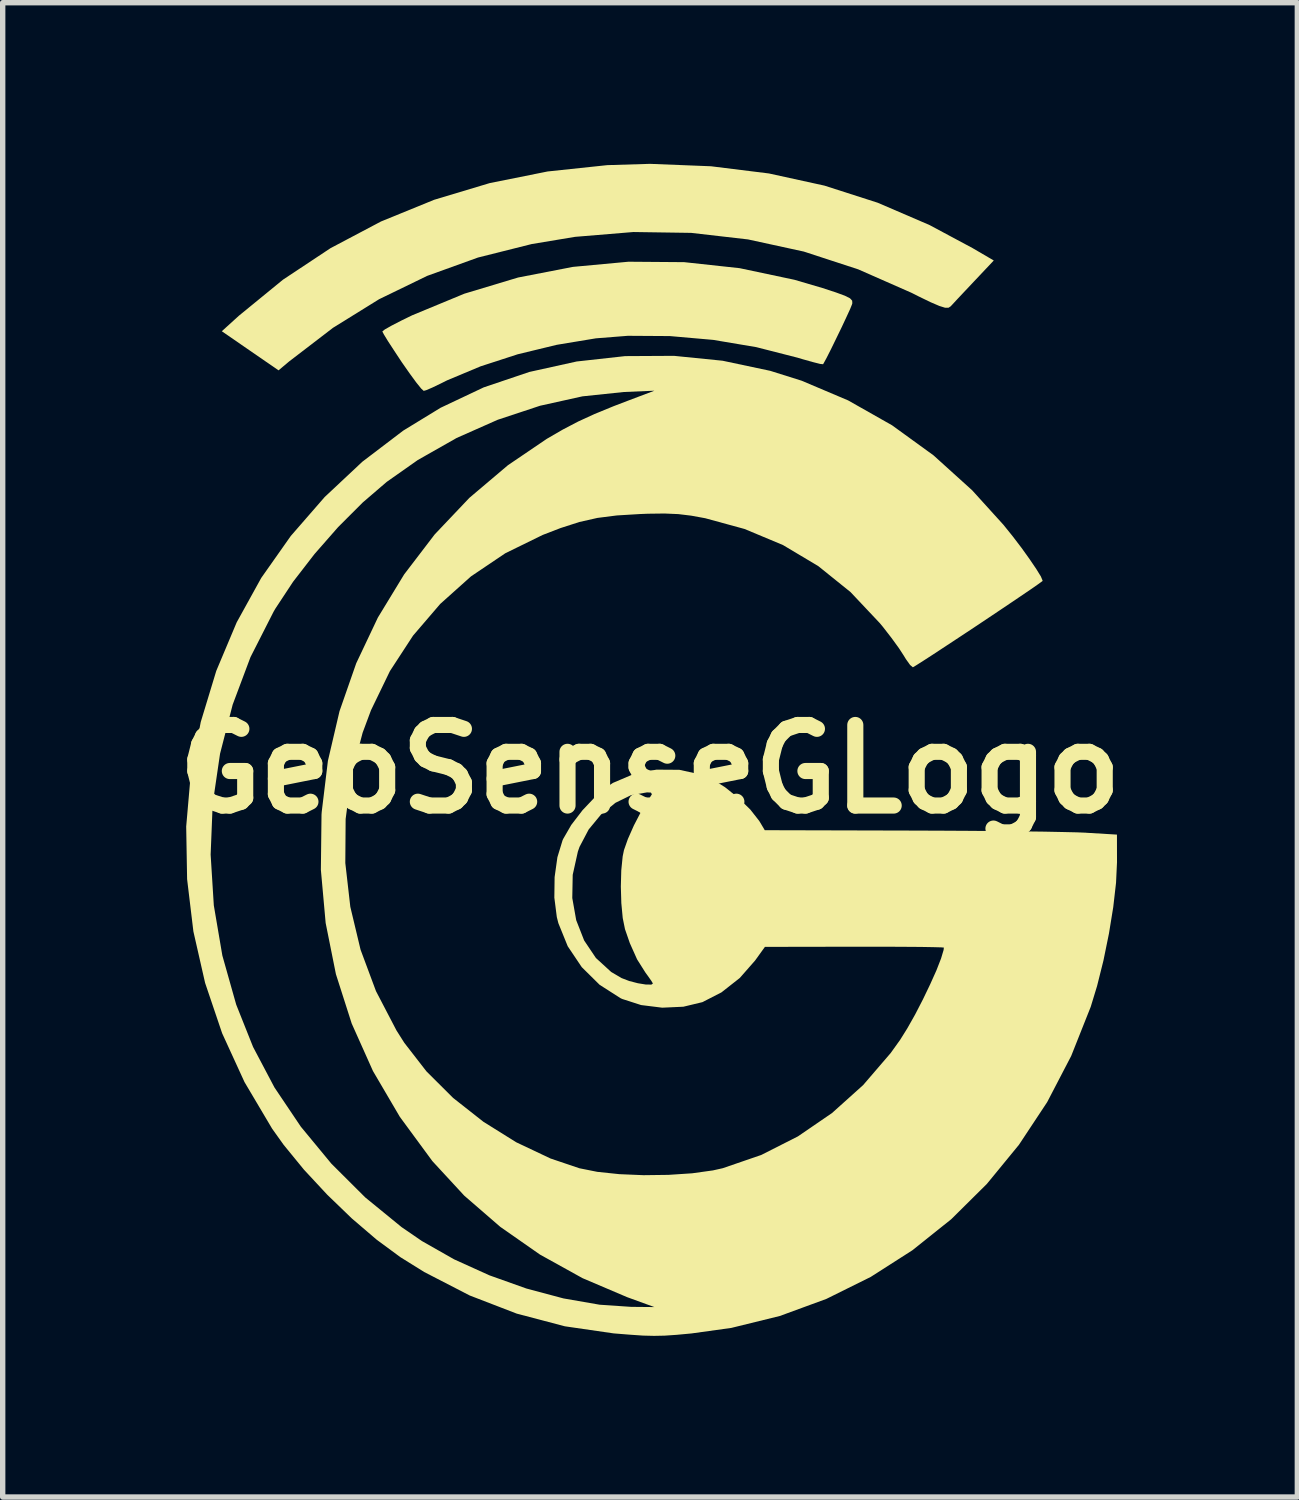
<source format=kicad_pcb>
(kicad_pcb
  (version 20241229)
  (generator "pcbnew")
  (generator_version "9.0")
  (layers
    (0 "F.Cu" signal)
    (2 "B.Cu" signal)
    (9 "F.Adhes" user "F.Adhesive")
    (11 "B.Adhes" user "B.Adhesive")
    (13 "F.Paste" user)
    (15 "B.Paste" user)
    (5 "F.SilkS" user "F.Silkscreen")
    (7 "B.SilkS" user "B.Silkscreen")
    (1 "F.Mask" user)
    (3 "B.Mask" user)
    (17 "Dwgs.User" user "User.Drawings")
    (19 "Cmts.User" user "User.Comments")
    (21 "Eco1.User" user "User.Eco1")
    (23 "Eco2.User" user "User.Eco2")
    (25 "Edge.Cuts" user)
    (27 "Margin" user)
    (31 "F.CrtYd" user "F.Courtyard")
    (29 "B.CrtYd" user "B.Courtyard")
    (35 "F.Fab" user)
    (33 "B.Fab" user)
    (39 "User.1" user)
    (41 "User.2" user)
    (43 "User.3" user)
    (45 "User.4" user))
  (footprint "GeoSenseGLogo"
    (layer "F.Cu")
    (at 9.05 11.267)
    (property "Reference" "GeoSenseGLogo" (at 0 0 0) (layer "F.SilkS") (effects (font (size 1.5 1.5) (thickness 0.3))))
    (attr board_only exclude_from_pos_files exclude_from_bom)
    (fp_poly (pts (xy 1.135 -11.222) (xy 2.214 -11.088) (xy 3.246 -10.862) (xy 4.239 -10.543) (xy 5.203 -10.128) (xy 6.002 -9.7) (xy 6.399 -9.468) (xy 6.033 -9.08) (xy 5.868 -8.905) (xy 5.725 -8.753) (xy 5.626 -8.646) (xy 5.596 -8.614) (xy 5.556 -8.588) (xy 5.491 -8.589) (xy 5.385 -8.622) (xy 5.222 -8.692) (xy 4.987 -8.806) (xy 4.862 -8.869) (xy 3.876 -9.303) (xy 2.863 -9.634) (xy 1.825 -9.86) (xy 0.766 -9.982) (xy -0.309 -9.998) (xy -1.396 -9.908) (xy -2.202 -9.774) (xy -3.202 -9.523) (xy -4.147 -9.182) (xy -5.043 -8.747) (xy -5.901 -8.215) (xy -6.72 -7.587) (xy -6.915 -7.423) (xy -7.443 -7.787) (xy -7.971 -8.151) (xy -7.655 -8.438) (xy -6.832 -9.111) (xy -5.948 -9.697) (xy -5.008 -10.194) (xy -4.018 -10.598) (xy -2.983 -10.909) (xy -1.907 -11.125) (xy -0.795 -11.243) (xy 0 -11.267)) (stroke (width 0) (type solid)) (fill yes) (layer "F.SilkS"))
    (fp_poly (pts (xy 0.636 -9.437) (xy 1.668 -9.325) (xy 2.688 -9.109) (xy 3.209 -8.956) (xy 3.462 -8.873) (xy 3.628 -8.812) (xy 3.723 -8.764) (xy 3.763 -8.72) (xy 3.766 -8.672) (xy 3.759 -8.648) (xy 3.725 -8.564) (xy 3.656 -8.414) (xy 3.566 -8.222) (xy 3.466 -8.016) (xy 3.37 -7.819) (xy 3.288 -7.657) (xy 3.233 -7.556) (xy 3.221 -7.537) (xy 3.165 -7.543) (xy 3.031 -7.577) (xy 2.842 -7.63) (xy 2.745 -7.659) (xy 1.978 -7.855) (xy 1.176 -7.99) (xy 0.369 -8.061) (xy -0.413 -8.066) (xy -1.007 -8.019) (xy -1.737 -7.898) (xy -2.463 -7.722) (xy -3.153 -7.498) (xy -3.777 -7.237) (xy -3.891 -7.18) (xy -4.049 -7.104) (xy -4.168 -7.053) (xy -4.213 -7.041) (xy -4.259 -7.083) (xy -4.352 -7.198) (xy -4.477 -7.369) (xy -4.621 -7.575) (xy -4.761 -7.787) (xy -4.877 -7.965) (xy -4.954 -8.091) (xy -4.983 -8.147) (xy -4.937 -8.184) (xy -4.812 -8.255) (xy -4.628 -8.35) (xy -4.427 -8.448) (xy -3.456 -8.85) (xy -2.456 -9.151) (xy -1.435 -9.349) (xy -0.402 -9.445)) (stroke (width 0) (type solid)) (fill yes) (layer "F.SilkS"))
    (fp_poly (pts (xy 1.351 -7.602) (xy 2.238 -7.414) (xy 2.823 -7.23) (xy 3.687 -6.864) (xy 4.506 -6.4) (xy 5.277 -5.841) (xy 5.997 -5.19) (xy 6.578 -4.549) (xy 6.749 -4.337) (xy 6.916 -4.118) (xy 7.067 -3.907) (xy 7.191 -3.724) (xy 7.276 -3.586) (xy 7.308 -3.509) (xy 7.306 -3.501) (xy 7.228 -3.444) (xy 7.08 -3.341) (xy 6.875 -3.202) (xy 6.629 -3.036) (xy 6.356 -2.853) (xy 6.07 -2.662) (xy 5.786 -2.474) (xy 5.517 -2.297) (xy 5.28 -2.141) (xy 5.087 -2.016) (xy 4.953 -1.931) (xy 4.894 -1.896) (xy 4.892 -1.896) (xy 4.841 -1.939) (xy 4.763 -2.048) (xy 4.724 -2.112) (xy 4.633 -2.252) (xy 4.495 -2.442) (xy 4.336 -2.647) (xy 4.275 -2.72) (xy 3.732 -3.296) (xy 3.132 -3.779) (xy 2.475 -4.171) (xy 1.76 -4.47) (xy 1.029 -4.67) (xy 0.767 -4.718) (xy 0.526 -4.747) (xy 0.27 -4.758) (xy -0.042 -4.754) (xy -0.19 -4.748) (xy -0.618 -4.722) (xy -0.979 -4.676) (xy -1.315 -4.6) (xy -1.666 -4.487) (xy -1.998 -4.359) (xy -2.694 -4.018) (xy -3.332 -3.588) (xy -3.905 -3.075) (xy -4.411 -2.485) (xy -4.842 -1.824) (xy -5.194 -1.096) (xy -5.35 -0.677) (xy -5.559 0.116) (xy -5.666 0.929) (xy -5.672 1.748) (xy -5.579 2.563) (xy -5.388 3.362) (xy -5.101 4.133) (xy -4.72 4.864) (xy -4.573 5.096) (xy -4.162 5.626) (xy -3.665 6.121) (xy -3.101 6.565) (xy -2.491 6.946) (xy -1.853 7.248) (xy -1.315 7.43) (xy -0.98 7.497) (xy -0.57 7.54) (xy -0.119 7.559) (xy 0.343 7.553) (xy 0.783 7.524) (xy 1.171 7.47) (xy 1.354 7.429) (xy 2.072 7.182) (xy 2.753 6.837) (xy 3.388 6.402) (xy 3.967 5.882) (xy 4.48 5.285) (xy 4.657 5.038) (xy 4.79 4.825) (xy 4.935 4.568) (xy 5.08 4.287) (xy 5.215 4.006) (xy 5.332 3.745) (xy 5.418 3.524) (xy 5.465 3.367) (xy 5.47 3.322) (xy 5.418 3.318) (xy 5.271 3.314) (xy 5.041 3.31) (xy 4.743 3.308) (xy 4.388 3.306) (xy 3.991 3.306) (xy 3.805 3.306) (xy 2.139 3.309) (xy 1.956 3.563) (xy 1.671 3.888) (xy 1.33 4.156) (xy 0.975 4.338) (xy 0.621 4.423) (xy 0.227 4.441) (xy -0.166 4.392) (xy -0.517 4.279) (xy -0.549 4.264) (xy -0.938 4.015) (xy -1.271 3.686) (xy -1.532 3.297) (xy -1.706 2.868) (xy -1.735 2.754) (xy -1.78 2.4) (xy -1.447 2.4) (xy -1.374 2.812) (xy -1.226 3.19) (xy -1.007 3.516) (xy -0.723 3.776) (xy -0.529 3.89) (xy -0.388 3.944) (xy -0.226 3.986) (xy -0.078 4.01) (xy 0.026 4.011) (xy 0.054 3.991) (xy 0.025 3.942) (xy -0.049 3.837) (xy -0.085 3.788) (xy -0.241 3.541) (xy -0.376 3.239) (xy -0.466 2.979) (xy -0.508 2.772) (xy -0.534 2.495) (xy -0.543 2.186) (xy -0.535 1.884) (xy -0.509 1.625) (xy -0.485 1.508) (xy -0.412 1.301) (xy -0.3 1.048) (xy -0.168 0.794) (xy -0.04 0.583) (xy -0.02 0.555) (xy 0.035 0.468) (xy 0.017 0.437) (xy -0.055 0.433) (xy -0.351 0.484) (xy -0.643 0.627) (xy -0.913 0.846) (xy -1.142 1.124) (xy -1.312 1.447) (xy -1.343 1.535) (xy -1.439 1.968) (xy -1.447 2.4) (xy -1.78 2.4) (xy -1.781 2.396) (xy -1.776 2.011) (xy -1.724 1.64) (xy -1.628 1.325) (xy -1.616 1.299) (xy -1.466 1.039) (xy -1.257 0.766) (xy -1.018 0.514) (xy -0.78 0.315) (xy -0.689 0.256) (xy -0.302 0.091) (xy 0.119 0.01) (xy 0.546 0.013) (xy 0.952 0.102) (xy 1.155 0.187) (xy 1.395 0.336) (xy 1.644 0.535) (xy 1.868 0.754) (xy 2.032 0.963) (xy 2.047 0.987) (xy 2.136 1.137) (xy 4.845 1.144) (xy 5.399 1.146) (xy 5.939 1.149) (xy 6.45 1.153) (xy 6.921 1.159) (xy 7.336 1.164) (xy 7.683 1.171) (xy 7.949 1.177) (xy 8.121 1.184) (xy 8.124 1.185) (xy 8.692 1.219) (xy 8.693 1.733) (xy 8.675 2.116) (xy 8.623 2.569) (xy 8.543 3.061) (xy 8.441 3.561) (xy 8.322 4.037) (xy 8.204 4.424) (xy 7.84 5.34) (xy 7.393 6.199) (xy 6.867 6.994) (xy 6.27 7.722) (xy 5.608 8.378) (xy 4.885 8.956) (xy 4.108 9.453) (xy 3.283 9.862) (xy 2.416 10.18) (xy 1.513 10.402) (xy 0.772 10.505) (xy 0.492 10.531) (xy 0.271 10.546) (xy 0.075 10.55) (xy -0.13 10.545) (xy -0.377 10.528) (xy -0.677 10.504) (xy -1.585 10.372) (xy -2.481 10.136) (xy -3.357 9.798) (xy -4.204 9.361) (xy -4.647 9.085) (xy -5.088 8.76) (xy -5.552 8.363) (xy -6.011 7.92) (xy -6.443 7.455) (xy -6.82 6.994) (xy -7.034 6.694) (xy -7.549 5.825) (xy -7.965 4.917) (xy -8.282 3.98) (xy -8.5 3.022) (xy -8.617 2.049) (xy -8.625 1.592) (xy -8.179 1.592) (xy -8.12 2.536) (xy -7.961 3.47) (xy -7.703 4.384) (xy -7.389 5.172) (xy -6.991 5.926) (xy -6.5 6.656) (xy -5.932 7.344) (xy -5.301 7.973) (xy -4.624 8.526) (xy -4.246 8.785) (xy -3.646 9.126) (xy -2.99 9.423) (xy -2.303 9.668) (xy -1.611 9.853) (xy -0.938 9.97) (xy -0.352 10.01) (xy 0.081 10.014) (xy -0.425 9.83) (xy -1.256 9.476) (xy -2.048 9.037) (xy -2.787 8.521) (xy -3.458 7.94) (xy -4.045 7.304) (xy -4.055 7.292) (xy -4.657 6.473) (xy -5.157 5.621) (xy -5.553 4.736) (xy -5.847 3.817) (xy -6.038 2.864) (xy -6.127 1.874) (xy -6.115 0.848) (xy -6.111 0.795) (xy -5.996 -0.154) (xy -5.78 -1.078) (xy -5.469 -1.97) (xy -5.066 -2.821) (xy -4.577 -3.624) (xy -4.008 -4.369) (xy -3.362 -5.05) (xy -2.645 -5.657) (xy -1.923 -6.147) (xy -1.623 -6.321) (xy -1.336 -6.471) (xy -1.031 -6.611) (xy -0.675 -6.757) (xy -0.406 -6.86) (xy 0.081 -7.044) (xy -0.487 -7.02) (xy -1.258 -6.939) (xy -2.047 -6.764) (xy -2.835 -6.503) (xy -3.6 -6.164) (xy -4.324 -5.753) (xy -4.901 -5.347) (xy -5.348 -4.963) (xy -5.805 -4.506) (xy -6.245 -4.004) (xy -6.644 -3.488) (xy -6.975 -2.986) (xy -7.008 -2.929) (xy -7.437 -2.085) (xy -7.769 -1.2) (xy -8.004 -0.286) (xy -8.141 0.648) (xy -8.179 1.592) (xy -8.625 1.592) (xy -8.634 1.069) (xy -8.549 0.091) (xy -8.363 -0.877) (xy -8.074 -1.829) (xy -7.694 -2.732) (xy -7.237 -3.559) (xy -6.687 -4.34) (xy -6.056 -5.065) (xy -5.355 -5.722) (xy -4.594 -6.301) (xy -3.899 -6.726) (xy -3.096 -7.106) (xy -2.247 -7.393) (xy -1.365 -7.588) (xy -0.463 -7.688) (xy 0.447 -7.693)) (stroke (width 0) (type solid)) (fill yes) (layer "F.SilkS")))
  (gr_rect
    (start -3 -3)
    (end 21.1 24.817)
    (stroke (width 0.1) (type default))
    (fill no)
    (layer "Edge.Cuts")))
</source>
